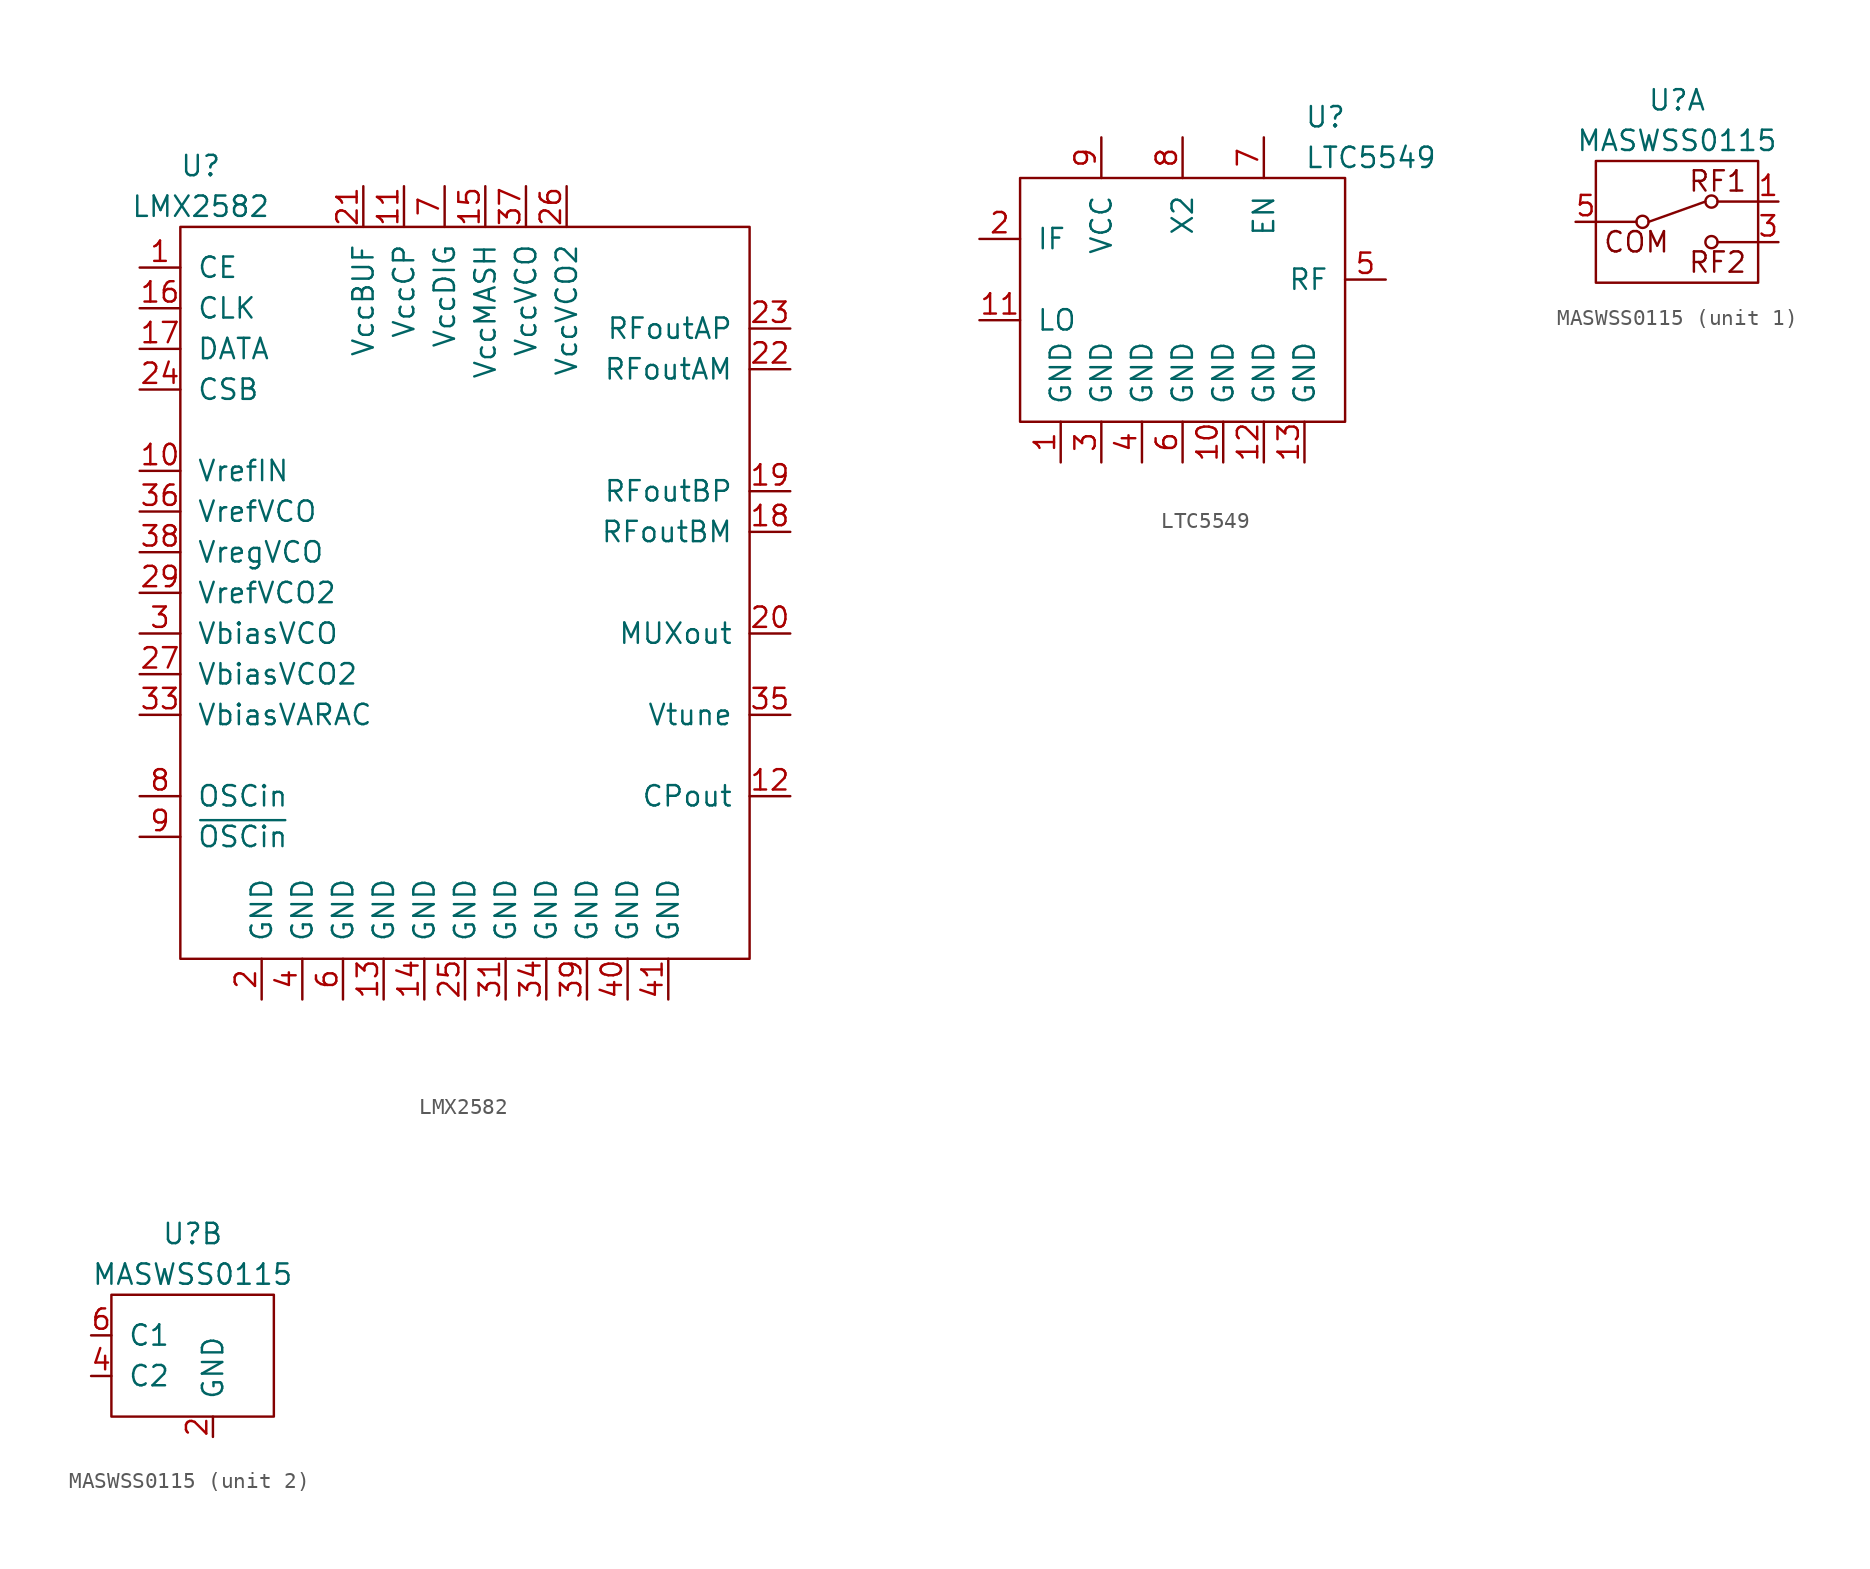
<source format=kicad_sym>
(kicad_symbol_lib
  (version 20211014)
  (generator kicad_symbol_editor)
  (symbol "LMX2582"
    (pin_names
      (offset 1.016))
    (property "Reference" "U"
      (at -16.51 26.67 0)
      (effects (font (size 1.27 1.27))))
    (property "Value" "LMX2582"
      (at -16.51 24.13 0)
      (effects (font (size 1.27 1.27))))
    (symbol "LMX2582_0_1"
      (rectangle (start -17.78 22.86) (end 17.78 -22.86) (stroke (width 0) (type default) (color 0 0 0 0)) (fill (type none))))
    (symbol "LMX2582_1_1"
      (pin input line (at -20.32 20.32 0) (length 2.54) (name "CE" (effects (font (size 1.27 1.27)))) (number "1" (effects (font (size 1.27 1.27)))))
      (pin output line (at -20.32 7.62 0) (length 2.54) (name "VrefIN" (effects (font (size 1.27 1.27)))) (number "10" (effects (font (size 1.27 1.27)))))
      (pin power_in line (at -3.81 25.4 270) (length 2.54) (name "VccCP" (effects (font (size 1.27 1.27)))) (number "11" (effects (font (size 1.27 1.27)))))
      (pin output line (at 20.32 -12.7 180) (length 2.54) (name "CPout" (effects (font (size 1.27 1.27)))) (number "12" (effects (font (size 1.27 1.27)))))
      (pin power_in line (at -5.08 -25.4 90) (length 2.54) (name "GND" (effects (font (size 1.27 1.27)))) (number "13" (effects (font (size 1.27 1.27)))))
      (pin power_in line (at -2.54 -25.4 90) (length 2.54) (name "GND" (effects (font (size 1.27 1.27)))) (number "14" (effects (font (size 1.27 1.27)))))
      (pin power_in line (at 1.27 25.4 270) (length 2.54) (name "VccMASH" (effects (font (size 1.27 1.27)))) (number "15" (effects (font (size 1.27 1.27)))))
      (pin input line (at -20.32 17.78 0) (length 2.54) (name "CLK" (effects (font (size 1.27 1.27)))) (number "16" (effects (font (size 1.27 1.27)))))
      (pin input line (at -20.32 15.24 0) (length 2.54) (name "DATA" (effects (font (size 1.27 1.27)))) (number "17" (effects (font (size 1.27 1.27)))))
      (pin input line (at 20.32 3.81 180) (length 2.54) (name "RFoutBM" (effects (font (size 1.27 1.27)))) (number "18" (effects (font (size 1.27 1.27)))))
      (pin input line (at 20.32 6.35 180) (length 2.54) (name "RFoutBP" (effects (font (size 1.27 1.27)))) (number "19" (effects (font (size 1.27 1.27)))))
      (pin power_in line (at -12.7 -25.4 90) (length 2.54) (name "GND" (effects (font (size 1.27 1.27)))) (number "2" (effects (font (size 1.27 1.27)))))
      (pin bidirectional line (at 20.32 -2.54 180) (length 2.54) (name "MUXout" (effects (font (size 1.27 1.27)))) (number "20" (effects (font (size 1.27 1.27)))))
      (pin power_in line (at -6.35 25.4 270) (length 2.54) (name "VccBUF" (effects (font (size 1.27 1.27)))) (number "21" (effects (font (size 1.27 1.27)))))
      (pin input line (at 20.32 13.97 180) (length 2.54) (name "RFoutAM" (effects (font (size 1.27 1.27)))) (number "22" (effects (font (size 1.27 1.27)))))
      (pin input line (at 20.32 16.51 180) (length 2.54) (name "RFoutAP" (effects (font (size 1.27 1.27)))) (number "23" (effects (font (size 1.27 1.27)))))
      (pin input line (at -20.32 12.7 0) (length 2.54) (name "CSB" (effects (font (size 1.27 1.27)))) (number "24" (effects (font (size 1.27 1.27)))))
      (pin power_in line (at 0 -25.4 90) (length 2.54) (name "GND" (effects (font (size 1.27 1.27)))) (number "25" (effects (font (size 1.27 1.27)))))
      (pin power_in line (at 6.35 25.4 270) (length 2.54) (name "VccVCO2" (effects (font (size 1.27 1.27)))) (number "26" (effects (font (size 1.27 1.27)))))
      (pin output line (at -20.32 -5.08 0) (length 2.54) (name "VbiasVCO2" (effects (font (size 1.27 1.27)))) (number "27" (effects (font (size 1.27 1.27)))))
      (pin output line (at -20.32 0 0) (length 2.54) (name "VrefVCO2" (effects (font (size 1.27 1.27)))) (number "29" (effects (font (size 1.27 1.27)))))
      (pin output line (at -20.32 -2.54 0) (length 2.54) (name "VbiasVCO" (effects (font (size 1.27 1.27)))) (number "3" (effects (font (size 1.27 1.27)))))
      (pin power_in line (at 2.54 -25.4 90) (length 2.54) (name "GND" (effects (font (size 1.27 1.27)))) (number "31" (effects (font (size 1.27 1.27)))))
      (pin output line (at -20.32 -7.62 0) (length 2.54) (name "VbiasVARAC" (effects (font (size 1.27 1.27)))) (number "33" (effects (font (size 1.27 1.27)))))
      (pin power_in line (at 5.08 -25.4 90) (length 2.54) (name "GND" (effects (font (size 1.27 1.27)))) (number "34" (effects (font (size 1.27 1.27)))))
      (pin output line (at 20.32 -7.62 180) (length 2.54) (name "Vtune" (effects (font (size 1.27 1.27)))) (number "35" (effects (font (size 1.27 1.27)))))
      (pin output line (at -20.32 5.08 0) (length 2.54) (name "VrefVCO" (effects (font (size 1.27 1.27)))) (number "36" (effects (font (size 1.27 1.27)))))
      (pin power_in line (at 3.81 25.4 270) (length 2.54) (name "VccVCO" (effects (font (size 1.27 1.27)))) (number "37" (effects (font (size 1.27 1.27)))))
      (pin output line (at -20.32 2.54 0) (length 2.54) (name "VregVCO" (effects (font (size 1.27 1.27)))) (number "38" (effects (font (size 1.27 1.27)))))
      (pin power_in line (at 7.62 -25.4 90) (length 2.54) (name "GND" (effects (font (size 1.27 1.27)))) (number "39" (effects (font (size 1.27 1.27)))))
      (pin power_in line (at -10.16 -25.4 90) (length 2.54) (name "GND" (effects (font (size 1.27 1.27)))) (number "4" (effects (font (size 1.27 1.27)))))
      (pin power_in line (at 10.16 -25.4 90) (length 2.54) (name "GND" (effects (font (size 1.27 1.27)))) (number "40" (effects (font (size 1.27 1.27)))))
      (pin power_in line (at 12.7 -25.4 90) (length 2.54) (name "GND" (effects (font (size 1.27 1.27)))) (number "41" (effects (font (size 1.27 1.27)))))
      (pin power_in line (at -7.62 -25.4 90) (length 2.54) (name "GND" (effects (font (size 1.27 1.27)))) (number "6" (effects (font (size 1.27 1.27)))))
      (pin power_in line (at -1.27 25.4 270) (length 2.54) (name "VccDIG" (effects (font (size 1.27 1.27)))) (number "7" (effects (font (size 1.27 1.27)))))
      (pin input line (at -20.32 -12.7 0) (length 2.54) (name "OSCin" (effects (font (size 1.27 1.27)))) (number "8" (effects (font (size 1.27 1.27)))))
      (pin input line (at -20.32 -15.24 0) (length 2.54) (name "~{OSCin}" (effects (font (size 1.27 1.27)))) (number "9" (effects (font (size 1.27 1.27)))))))
  (symbol "LTC5549"
    (pin_names
      (offset 1.016))
    (property "Reference" "U"
      (at 7.62 10.16 0)
      (effects (font (size 1.27 1.27)) (justify left)))
    (property "Value" "LTC5549"
      (at 7.62 7.62 0)
      (effects (font (size 1.27 1.27)) (justify left)))
    (symbol "LTC5549_0_1"
      (rectangle (start -10.16 6.35) (end 10.16 -8.89) (stroke (width 0) (type default) (color 0 0 0 0)) (fill (type none))))
    (symbol "LTC5549_1_1"
      (pin power_in line (at -7.62 -11.43 90) (length 2.54) (name "GND" (effects (font (size 1.27 1.27)))) (number "1" (effects (font (size 1.27 1.27)))))
      (pin power_in line (at 2.54 -11.43 90) (length 2.54) (name "GND" (effects (font (size 1.27 1.27)))) (number "10" (effects (font (size 1.27 1.27)))))
      (pin input line (at -12.7 -2.54 0) (length 2.54) (name "LO" (effects (font (size 1.27 1.27)))) (number "11" (effects (font (size 1.27 1.27)))))
      (pin power_in line (at 5.08 -11.43 90) (length 2.54) (name "GND" (effects (font (size 1.27 1.27)))) (number "12" (effects (font (size 1.27 1.27)))))
      (pin power_in line (at 7.62 -11.43 90) (length 2.54) (name "GND" (effects (font (size 1.27 1.27)))) (number "13" (effects (font (size 1.27 1.27)))))
      (pin bidirectional line (at -12.7 2.54 0) (length 2.54) (name "IF" (effects (font (size 1.27 1.27)))) (number "2" (effects (font (size 1.27 1.27)))))
      (pin power_in line (at -5.08 -11.43 90) (length 2.54) (name "GND" (effects (font (size 1.27 1.27)))) (number "3" (effects (font (size 1.27 1.27)))))
      (pin power_in line (at -2.54 -11.43 90) (length 2.54) (name "GND" (effects (font (size 1.27 1.27)))) (number "4" (effects (font (size 1.27 1.27)))))
      (pin bidirectional line (at 12.7 0 180) (length 2.54) (name "RF" (effects (font (size 1.27 1.27)))) (number "5" (effects (font (size 1.27 1.27)))))
      (pin power_in line (at 0 -11.43 90) (length 2.54) (name "GND" (effects (font (size 1.27 1.27)))) (number "6" (effects (font (size 1.27 1.27)))))
      (pin input line (at 5.08 8.89 270) (length 2.54) (name "EN" (effects (font (size 1.27 1.27)))) (number "7" (effects (font (size 1.27 1.27)))))
      (pin input line (at 0 8.89 270) (length 2.54) (name "X2" (effects (font (size 1.27 1.27)))) (number "8" (effects (font (size 1.27 1.27)))))
      (pin power_in line (at -5.08 8.89 270) (length 2.54) (name "VCC" (effects (font (size 1.27 1.27)))) (number "9" (effects (font (size 1.27 1.27)))))))
  (symbol "MASWSS0115"
    (pin_names
      (offset 1.016))
    (property "Reference" "U"
      (at 0 7.62 0)
      (effects (font (size 1.27 1.27))))
    (property "Value" "MASWSS0115"
      (at 0 5.08 0)
      (effects (font (size 1.27 1.27))))
    (property "ki_locked" ""
      (at 0 0 0)
      (effects (font (size 1.27 1.27))))
    (symbol "MASWSS0115_1_0"
      (text "COM" (at -2.54 -1.27 0) (effects (font (size 1.27 1.27))))
      (text "RF1" (at 2.54 2.54 0) (effects (font (size 1.27 1.27))))
      (text "RF2" (at 2.54 -2.54 0) (effects (font (size 1.27 1.27)))))
    (symbol "MASWSS0115_1_1"
      (rectangle (start -5.08 0) (end -2.54 0) (stroke (width 0) (type default) (color 0 0 0 0)) (fill (type none)))
      (rectangle (start -5.08 3.81) (end 5.08 -3.81) (stroke (width 0) (type default) (color 0 0 0 0)) (fill (type none)))
      (circle (center -2.159 0) (radius 0.381) (stroke (width 0) (type default) (color 0 0 0 0)) (fill (type none)))
      (polyline (pts (xy -1.778 0) (xy 1.778 1.27)) (stroke (width 0) (type default) (color 0 0 0 0)) (fill (type none)))
      (circle (center 2.159 -1.27) (radius 0.381) (stroke (width 0) (type default) (color 0 0 0 0)) (fill (type none)))
      (circle (center 2.159 1.27) (radius 0.381) (stroke (width 0) (type default) (color 0 0 0 0)) (fill (type none)))
      (rectangle (start 5.08 -1.27) (end 2.54 -1.27) (stroke (width 0) (type default) (color 0 0 0 0)) (fill (type none)))
      (rectangle (start 5.08 1.27) (end 2.54 1.27) (stroke (width 0) (type default) (color 0 0 0 0)) (fill (type none)))
      (pin bidirectional line (at 6.35 1.27 180) (length 1.27) (name "~" (effects (font (size 1.27 1.27)))) (number "1" (effects (font (size 1.27 1.27)))))
      (pin bidirectional line (at 6.35 -1.27 180) (length 1.27) (name "~" (effects (font (size 1.27 1.27)))) (number "3" (effects (font (size 1.27 1.27)))))
      (pin bidirectional line (at -6.35 0 0) (length 1.27) (name "~" (effects (font (size 1.27 1.27)))) (number "5" (effects (font (size 1.27 1.27))))))
    (symbol "MASWSS0115_2_1"
      (rectangle (start -5.08 3.81) (end 5.08 -3.81) (stroke (width 0) (type default) (color 0 0 0 0)) (fill (type none)))
      (pin power_in line (at 1.27 -5.08 90) (length 1.27) (name "GND" (effects (font (size 1.27 1.27)))) (number "2" (effects (font (size 1.27 1.27)))))
      (pin input line (at -6.35 -1.27 0) (length 1.27) (name "C2" (effects (font (size 1.27 1.27)))) (number "4" (effects (font (size 1.27 1.27)))))
      (pin input line (at -6.35 1.27 0) (length 1.27) (name "C1" (effects (font (size 1.27 1.27)))) (number "6" (effects (font (size 1.27 1.27))))))))
</source>
